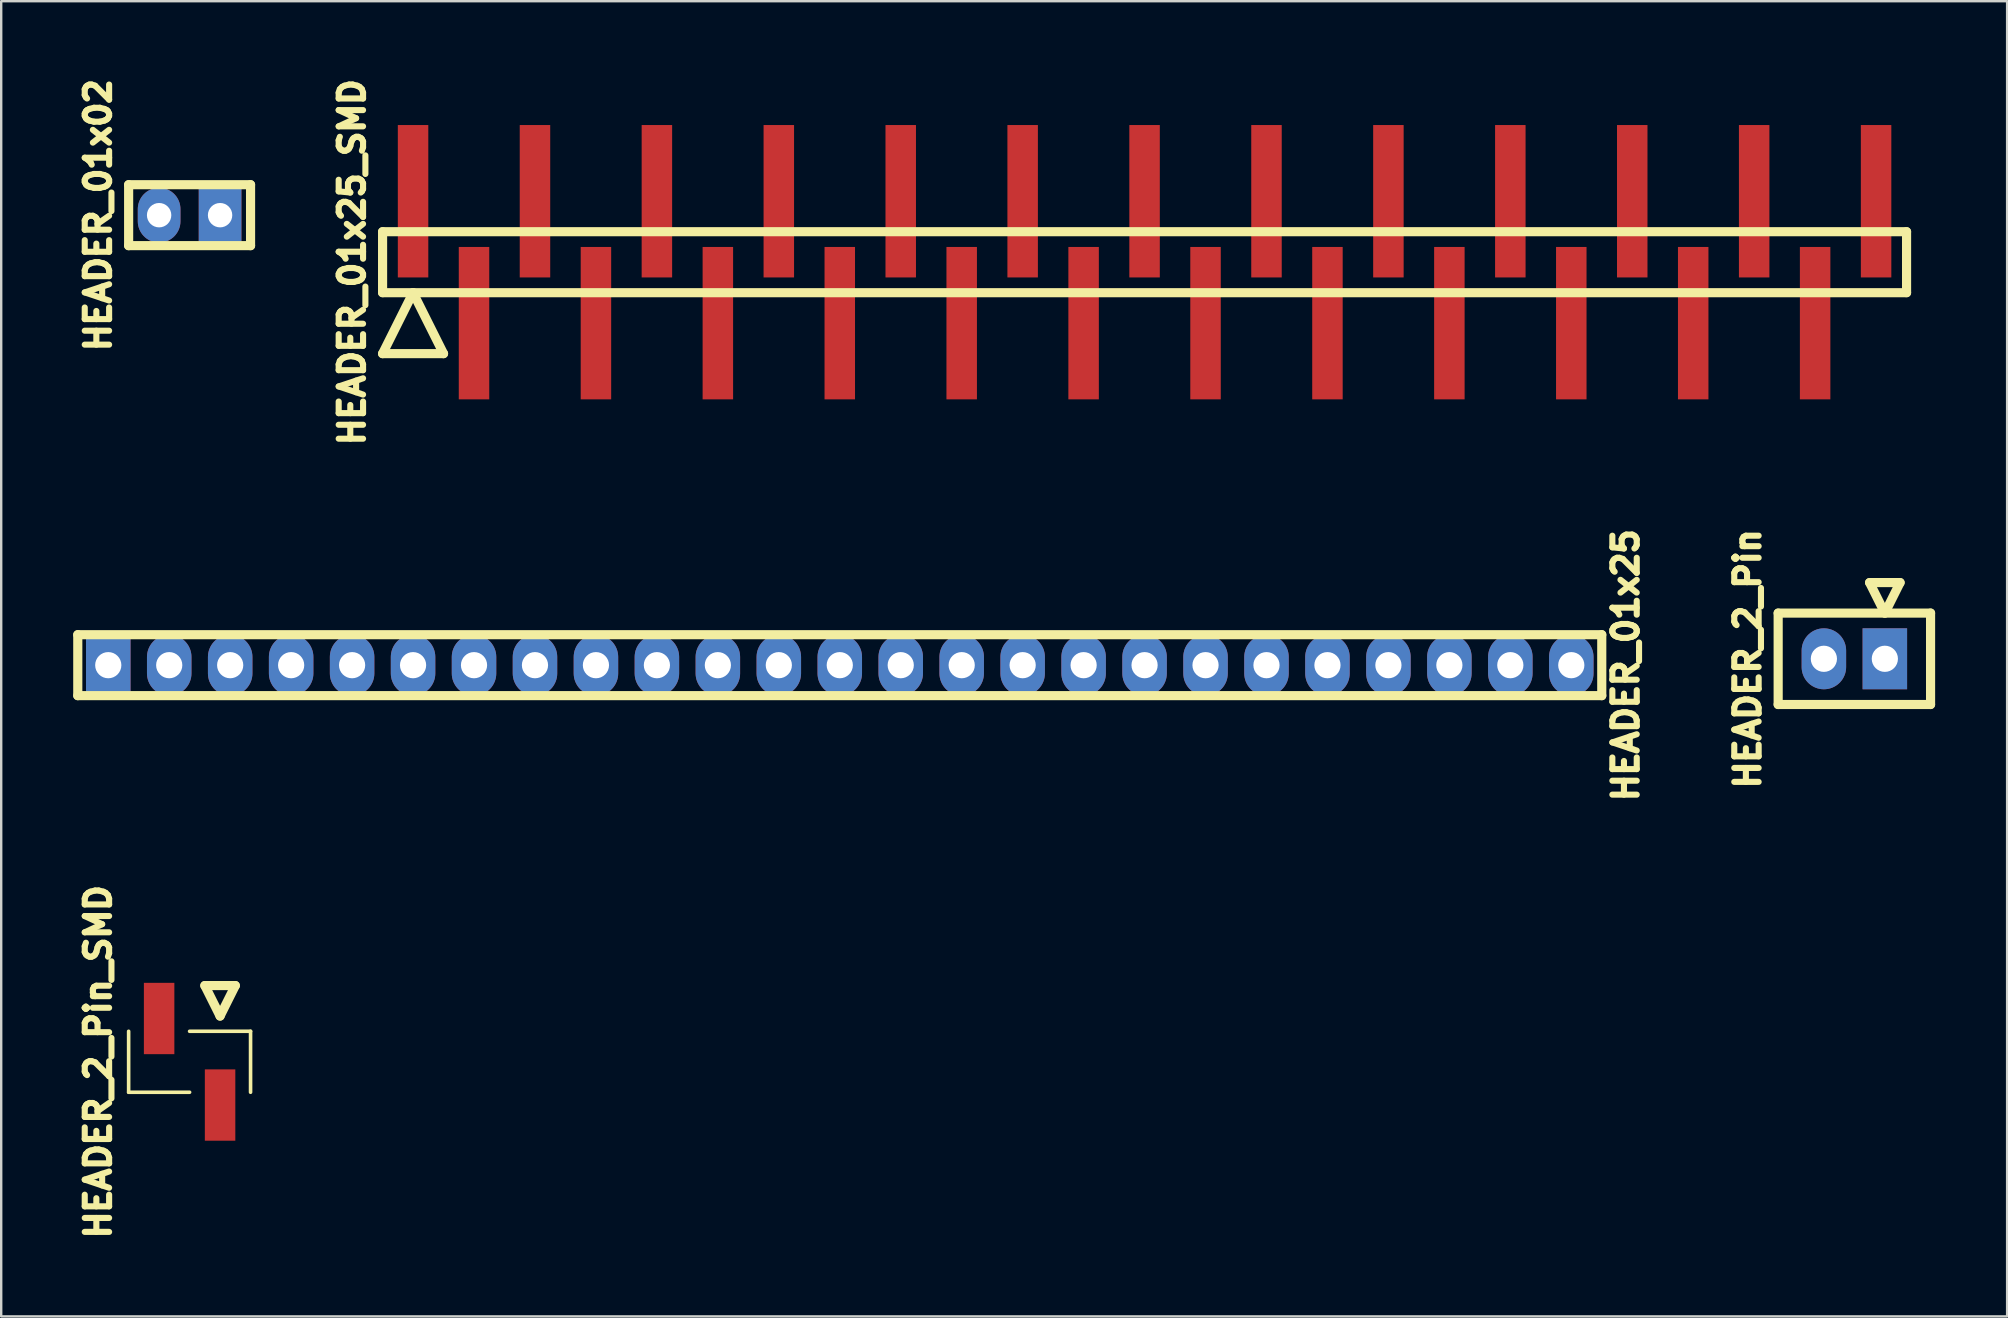
<source format=kicad_pcb>
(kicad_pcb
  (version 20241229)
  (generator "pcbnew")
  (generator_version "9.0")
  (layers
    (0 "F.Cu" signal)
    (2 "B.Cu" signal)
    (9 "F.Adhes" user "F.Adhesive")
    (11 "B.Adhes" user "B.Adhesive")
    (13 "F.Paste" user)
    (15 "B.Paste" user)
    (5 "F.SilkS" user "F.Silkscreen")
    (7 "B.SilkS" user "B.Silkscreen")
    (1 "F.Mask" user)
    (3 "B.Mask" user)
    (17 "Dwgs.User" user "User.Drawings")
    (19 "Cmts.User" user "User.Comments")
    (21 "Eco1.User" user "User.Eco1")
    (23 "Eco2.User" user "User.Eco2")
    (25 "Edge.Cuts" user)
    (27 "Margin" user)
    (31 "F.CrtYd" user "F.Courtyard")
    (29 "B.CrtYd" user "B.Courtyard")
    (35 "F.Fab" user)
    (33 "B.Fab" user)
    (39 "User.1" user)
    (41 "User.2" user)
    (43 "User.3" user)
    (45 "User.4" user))
  (footprint "HEADER_01x02"
    (layer "F.Cu")
    (at 4.85 5.916)
    (property "Reference" "HEADER_01x02" (at -3.81 0 90) (layer "F.SilkS") (effects (font (size 1.016 1.016) (thickness 0.254))))
    (property "Value" "${VALUE}" (at 0 -2.54 0) (layer "F.SilkS") (hide yes) (effects (font (size 1.524 1.524) (thickness 0.305))))
    (attr through_hole)
    (fp_line (start -2.54 -1.27) (end -2.54 1.27) (stroke (width 0.381) (type solid)) (layer "F.SilkS"))
    (fp_line (start -2.54 1.27) (end 2.54 1.27) (stroke (width 0.381) (type solid)) (layer "F.SilkS"))
    (fp_line (start 2.54 -1.27) (end -2.54 -1.27) (stroke (width 0.381) (type solid)) (layer "F.SilkS"))
    (fp_line (start 2.54 1.27) (end 2.54 -1.27) (stroke (width 0.381) (type solid)) (layer "F.SilkS"))
    (pad "1" thru_hole rect (at 1.27 0) (size 1.778 2.286) (drill 1.016) (layers "*.Cu" "*.Mask"))
    (pad "2" thru_hole oval (at -1.27 0) (size 1.778 2.286) (drill 1.016) (layers "*.Cu" "*.Mask")))
  (footprint "HEADER_01x25"
    (layer "F.Cu")
    (at 31.941 24.666)
    (property "Reference" "HEADER_01x25" (at 32.75 0 270) (layer "F.SilkS") (effects (font (size 1.016 1.016) (thickness 0.254))))
    (property "Value" "${VALUE}" (at -33 0 90) (layer "F.SilkS") (hide yes) (effects (font (size 1.524 1.524) (thickness 0.305))))
    (attr through_hole)
    (fp_line (start -31.75 -1.27) (end 31.75 -1.27) (stroke (width 0.381) (type solid)) (layer "F.SilkS"))
    (fp_line (start -31.75 1.27) (end -31.75 -1.27) (stroke (width 0.381) (type solid)) (layer "F.SilkS"))
    (fp_line (start 31.75 -1.27) (end 31.75 1.27) (stroke (width 0.381) (type solid)) (layer "F.SilkS"))
    (fp_line (start 31.75 1.27) (end -31.75 1.27) (stroke (width 0.381) (type solid)) (layer "F.SilkS"))
    (pad "1" thru_hole rect (at -30.48 0) (size 1.854 2.54) (drill 1.092) (layers "*.Cu" "*.Mask"))
    (pad "2" thru_hole oval (at -27.94 0) (size 1.854 2.54) (drill 1.092) (layers "*.Cu" "*.Mask"))
    (pad "3" thru_hole oval (at -25.4 0) (size 1.854 2.54) (drill 1.092) (layers "*.Cu" "*.Mask"))
    (pad "4" thru_hole oval (at -22.86 0) (size 1.854 2.54) (drill 1.092) (layers "*.Cu" "*.Mask"))
    (pad "5" thru_hole oval (at -20.32 0) (size 1.854 2.54) (drill 1.092) (layers "*.Cu" "*.Mask"))
    (pad "6" thru_hole oval (at -17.78 0) (size 1.854 2.54) (drill 1.092) (layers "*.Cu" "*.Mask"))
    (pad "7" thru_hole oval (at -15.24 0) (size 1.854 2.54) (drill 1.092) (layers "*.Cu" "*.Mask"))
    (pad "8" thru_hole oval (at -12.7 0) (size 1.854 2.54) (drill 1.092) (layers "*.Cu" "*.Mask"))
    (pad "9" thru_hole oval (at -10.16 0) (size 1.854 2.54) (drill 1.092) (layers "*.Cu" "*.Mask"))
    (pad "10" thru_hole oval (at -7.62 0) (size 1.854 2.54) (drill 1.092) (layers "*.Cu" "*.Mask"))
    (pad "11" thru_hole oval (at -5.08 0) (size 1.854 2.54) (drill 1.092) (layers "*.Cu" "*.Mask"))
    (pad "12" thru_hole oval (at -2.54 0) (size 1.854 2.54) (drill 1.092) (layers "*.Cu" "*.Mask"))
    (pad "13" thru_hole oval (at 0 0) (size 1.854 2.54) (drill 1.092) (layers "*.Cu" "*.Mask"))
    (pad "14" thru_hole oval (at 2.54 0) (size 1.854 2.54) (drill 1.092) (layers "*.Cu" "*.Mask"))
    (pad "15" thru_hole oval (at 5.08 0) (size 1.854 2.54) (drill 1.092) (layers "*.Cu" "*.Mask"))
    (pad "16" thru_hole oval (at 7.62 0) (size 1.854 2.54) (drill 1.092) (layers "*.Cu" "*.Mask"))
    (pad "17" thru_hole oval (at 10.16 0) (size 1.854 2.54) (drill 1.092) (layers "*.Cu" "*.Mask"))
    (pad "18" thru_hole oval (at 12.7 0) (size 1.854 2.54) (drill 1.092) (layers "*.Cu" "*.Mask"))
    (pad "19" thru_hole oval (at 15.24 0) (size 1.854 2.54) (drill 1.092) (layers "*.Cu" "*.Mask"))
    (pad "20" thru_hole oval (at 17.78 0) (size 1.854 2.54) (drill 1.092) (layers "*.Cu" "*.Mask"))
    (pad "21" thru_hole oval (at 20.32 0) (size 1.854 2.54) (drill 1.092) (layers "*.Cu" "*.Mask"))
    (pad "22" thru_hole oval (at 22.86 0) (size 1.854 2.54) (drill 1.092) (layers "*.Cu" "*.Mask"))
    (pad "23" thru_hole oval (at 25.4 0) (size 1.854 2.54) (drill 1.092) (layers "*.Cu" "*.Mask"))
    (pad "24" thru_hole oval (at 27.94 0) (size 1.854 2.54) (drill 1.092) (layers "*.Cu" "*.Mask"))
    (pad "25" thru_hole oval (at 30.48 0) (size 1.854 2.54) (drill 1.092) (layers "*.Cu" "*.Mask")))
  (footprint "HEADER_2_Pin"
    (layer "F.Cu")
    (at 74.216 24.4)
    (property "Reference" "HEADER_2_Pin" (at -4.445 0 90) (layer "F.SilkS") (effects (font (size 1.016 1.016) (thickness 0.254))))
    (property "Value" "${VALUE}" (at 0 -3.175 0) (layer "F.SilkS") (hide yes) (effects (font (size 1.524 1.524) (thickness 0.305))))
    (attr through_hole)
    (fp_line (start -3.175 -1.905) (end -3.175 1.905) (stroke (width 0.381) (type solid)) (layer "F.SilkS"))
    (fp_line (start 0.635 -3.175) (end 1.27 -1.905) (stroke (width 0.381) (type solid)) (layer "F.SilkS"))
    (fp_line (start 1.27 -1.905) (end 1.905 -3.175) (stroke (width 0.381) (type solid)) (layer "F.SilkS"))
    (fp_line (start 1.905 -3.175) (end 0.635 -3.175) (stroke (width 0.381) (type solid)) (layer "F.SilkS"))
    (fp_line (start 3.175 -1.905) (end -3.175 -1.905) (stroke (width 0.381) (type solid)) (layer "F.SilkS"))
    (fp_line (start 3.175 1.905) (end -3.175 1.905) (stroke (width 0.381) (type solid)) (layer "F.SilkS"))
    (fp_line (start 3.175 1.905) (end 3.175 -1.905) (stroke (width 0.381) (type solid)) (layer "F.SilkS"))
    (pad "1" thru_hole rect (at 1.27 0) (size 1.854 2.54) (drill 1.092) (layers "*.Cu" "*.Mask"))
    (pad "2" thru_hole oval (at -1.27 0) (size 1.854 2.54) (drill 1.092) (layers "*.Cu" "*.Mask")))
  (footprint "HEADER_01x25_SMD"
    (layer "F.Cu")
    (at 44.641 7.875)
    (property "Reference" "HEADER_01x25_SMD" (at -33.02 0 270) (layer "F.SilkS") (effects (font (size 1.016 1.016) (thickness 0.254))))
    (property "Value" "${VALUE}" (at 33.02 0 90) (layer "F.SilkS") (hide yes) (effects (font (size 1.524 1.524) (thickness 0.305))))
    (attr through_hole)
    (fp_line (start -31.75 -1.27) (end 31.75 -1.27) (stroke (width 0.381) (type solid)) (layer "F.SilkS"))
    (fp_line (start -31.75 1.27) (end -31.75 -1.27) (stroke (width 0.381) (type solid)) (layer "F.SilkS"))
    (fp_line (start -31.75 3.81) (end -29.21 3.81) (stroke (width 0.381) (type solid)) (layer "F.SilkS"))
    (fp_line (start -30.48 1.27) (end -31.75 3.81) (stroke (width 0.381) (type solid)) (layer "F.SilkS"))
    (fp_line (start -29.21 3.81) (end -30.48 1.27) (stroke (width 0.381) (type solid)) (layer "F.SilkS"))
    (fp_line (start 31.75 -1.27) (end 31.75 1.27) (stroke (width 0.381) (type solid)) (layer "F.SilkS"))
    (fp_line (start 31.75 1.27) (end -31.75 1.27) (stroke (width 0.381) (type solid)) (layer "F.SilkS"))
    (pad "1" smd rect (at -30.48 -2.54) (size 1.27 6.35) (layers "F.Cu" "F.Mask" "F.Paste"))
    (pad "2" smd rect (at -27.94 2.54) (size 1.27 6.35) (layers "F.Cu" "F.Mask" "F.Paste"))
    (pad "3" smd rect (at -25.4 -2.54) (size 1.27 6.35) (layers "F.Cu" "F.Mask" "F.Paste"))
    (pad "4" smd rect (at -22.86 2.54) (size 1.27 6.35) (layers "F.Cu" "F.Mask" "F.Paste"))
    (pad "5" smd rect (at -20.32 -2.54) (size 1.27 6.35) (layers "F.Cu" "F.Mask" "F.Paste"))
    (pad "6" smd rect (at -17.78 2.54) (size 1.27 6.35) (layers "F.Cu" "F.Mask" "F.Paste"))
    (pad "7" smd rect (at -15.24 -2.54) (size 1.27 6.35) (layers "F.Cu" "F.Mask" "F.Paste"))
    (pad "8" smd rect (at -12.7 2.54) (size 1.27 6.35) (layers "F.Cu" "F.Mask" "F.Paste"))
    (pad "9" smd rect (at -10.16 -2.54) (size 1.27 6.35) (layers "F.Cu" "F.Mask" "F.Paste"))
    (pad "10" smd rect (at -7.62 2.54) (size 1.27 6.35) (layers "F.Cu" "F.Mask" "F.Paste"))
    (pad "11" smd rect (at -5.08 -2.54) (size 1.27 6.35) (layers "F.Cu" "F.Mask" "F.Paste"))
    (pad "12" smd rect (at -2.54 2.54) (size 1.27 6.35) (layers "F.Cu" "F.Mask" "F.Paste"))
    (pad "13" smd rect (at 0 -2.54) (size 1.27 6.35) (layers "F.Cu" "F.Mask" "F.Paste"))
    (pad "14" smd rect (at 2.54 2.54) (size 1.27 6.35) (layers "F.Cu" "F.Mask" "F.Paste"))
    (pad "15" smd rect (at 5.08 -2.54) (size 1.27 6.35) (layers "F.Cu" "F.Mask" "F.Paste"))
    (pad "16" smd rect (at 7.62 2.54) (size 1.27 6.35) (layers "F.Cu" "F.Mask" "F.Paste"))
    (pad "17" smd rect (at 10.16 -2.54) (size 1.27 6.35) (layers "F.Cu" "F.Mask" "F.Paste"))
    (pad "18" smd rect (at 12.7 2.54) (size 1.27 6.35) (layers "F.Cu" "F.Mask" "F.Paste"))
    (pad "19" smd rect (at 15.24 -2.54) (size 1.27 6.35) (layers "F.Cu" "F.Mask" "F.Paste"))
    (pad "20" smd rect (at 17.78 2.54) (size 1.27 6.35) (layers "F.Cu" "F.Mask" "F.Paste"))
    (pad "21" smd rect (at 20.32 -2.54) (size 1.27 6.35) (layers "F.Cu" "F.Mask" "F.Paste"))
    (pad "22" smd rect (at 22.86 2.54) (size 1.27 6.35) (layers "F.Cu" "F.Mask" "F.Paste"))
    (pad "23" smd rect (at 25.4 -2.54) (size 1.27 6.35) (layers "F.Cu" "F.Mask" "F.Paste"))
    (pad "24" smd rect (at 27.94 2.54) (size 1.27 6.35) (layers "F.Cu" "F.Mask" "F.Paste"))
    (pad "25" smd rect (at 30.48 -2.54) (size 1.27 6.35) (layers "F.Cu" "F.Mask" "F.Paste")))
  (footprint "HEADER_2_Pin_SMD"
    (layer "F.Cu")
    (at 4.85 41.191)
    (property "Reference" "HEADER_2_Pin_SMD" (at -3.81 0 90) (layer "F.SilkS") (effects (font (size 1.016 1.016) (thickness 0.254))))
    (property "Value" "${VALUE}" (at 0 -4.445 0) (layer "F.SilkS") (hide yes) (effects (font (size 1.524 1.524) (thickness 0.305))))
    (attr through_hole)
    (fp_line (start -2.54 1.27) (end -2.54 -1.27) (stroke (width 0.15) (type solid)) (layer "F.SilkS"))
    (fp_line (start 0 1.27) (end -2.54 1.27) (stroke (width 0.15) (type solid)) (layer "F.SilkS"))
    (fp_line (start 0.635 -3.175) (end 1.27 -1.905) (stroke (width 0.381) (type solid)) (layer "F.SilkS"))
    (fp_line (start 1.27 -1.905) (end 1.905 -3.175) (stroke (width 0.381) (type solid)) (layer "F.SilkS"))
    (fp_line (start 1.905 -3.175) (end 0.635 -3.175) (stroke (width 0.381) (type solid)) (layer "F.SilkS"))
    (fp_line (start 2.54 -1.27) (end 0 -1.27) (stroke (width 0.15) (type solid)) (layer "F.SilkS"))
    (fp_line (start 2.54 1.27) (end 2.54 -1.27) (stroke (width 0.15) (type solid)) (layer "F.SilkS"))
    (pad "1" smd rect (at 1.27 1.803) (size 1.27 2.972) (layers "F.Cu" "F.Mask" "F.Paste"))
    (pad "2" smd rect (at -1.27 -1.803) (size 1.27 2.972) (layers "F.Cu" "F.Mask" "F.Paste")))
  (gr_rect
    (start -3 -3)
    (end 80.581 51.8)
    (stroke (width 0.1) (type default))
    (fill no)
    (layer "Edge.Cuts")))
</source>
